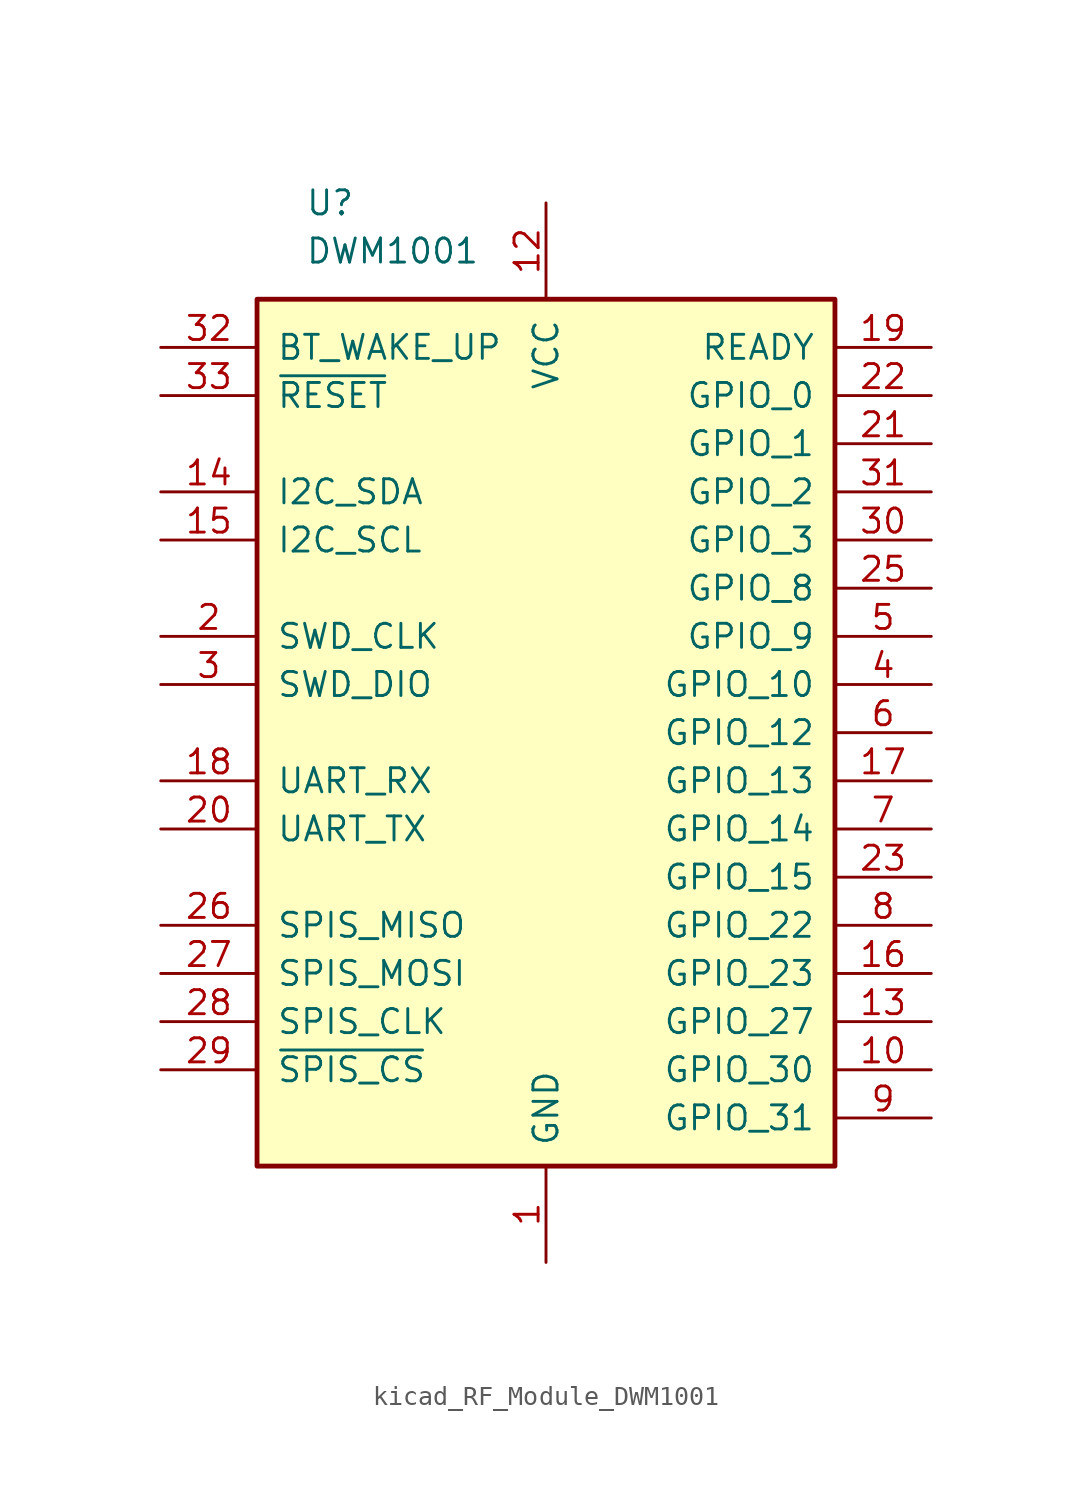
<source format=kicad_sym>
(kicad_symbol_lib
  (version 20220914)
  (generator kicad_symbol_editor)
  (symbol "kicad_RF_Module_DWM1001"
    (pin_names
      (offset 1.016))
    (property "Reference" "U"
      (at -12.7 27.94 0)
      (effects (font (size 1.27 1.27)) (justify left)))
    (property "Value" "DWM1001"
      (at -12.7 25.4 0)
      (effects (font (size 1.27 1.27)) (justify left)))
    (symbol "kicad_RF_Module_DWM1001_0_1"
      (rectangle (start 15.24 22.86) (end -15.24 -22.86) (stroke (width 0.254) (type default)) (fill (type background))))
    (symbol "kicad_RF_Module_DWM1001_1_1"
      (pin power_in line (at 0 -27.94 90) (length 5.08) (name "GND" (effects (font (size 1.27 1.27)))) (number "1" (effects (font (size 1.27 1.27)))))
      (pin bidirectional line (at 20.32 -17.78 180) (length 5.08) (name "GPIO_30" (effects (font (size 1.27 1.27)))) (number "10" (effects (font (size 1.27 1.27)))))
      (pin passive line (at 0 -27.94 90) (length 5.08) hide (name "GND" (effects (font (size 1.27 1.27)))) (number "11" (effects (font (size 1.27 1.27)))))
      (pin power_in line (at 0 27.94 270) (length 5.08) (name "VCC" (effects (font (size 1.27 1.27)))) (number "12" (effects (font (size 1.27 1.27)))))
      (pin bidirectional line (at 20.32 -15.24 180) (length 5.08) (name "GPIO_27" (effects (font (size 1.27 1.27)))) (number "13" (effects (font (size 1.27 1.27)))))
      (pin bidirectional line (at -20.32 12.7 0) (length 5.08) (name "I2C_SDA" (effects (font (size 1.27 1.27)))) (number "14" (effects (font (size 1.27 1.27)))))
      (pin output line (at -20.32 10.16 0) (length 5.08) (name "I2C_SCL" (effects (font (size 1.27 1.27)))) (number "15" (effects (font (size 1.27 1.27)))))
      (pin bidirectional line (at 20.32 -12.7 180) (length 5.08) (name "GPIO_23" (effects (font (size 1.27 1.27)))) (number "16" (effects (font (size 1.27 1.27)))))
      (pin bidirectional line (at 20.32 -2.54 180) (length 5.08) (name "GPIO_13" (effects (font (size 1.27 1.27)))) (number "17" (effects (font (size 1.27 1.27)))))
      (pin input line (at -20.32 -2.54 0) (length 5.08) (name "UART_RX" (effects (font (size 1.27 1.27)))) (number "18" (effects (font (size 1.27 1.27)))))
      (pin output line (at 20.32 20.32 180) (length 5.08) (name "READY" (effects (font (size 1.27 1.27)))) (number "19" (effects (font (size 1.27 1.27)))))
      (pin input line (at -20.32 5.08 0) (length 5.08) (name "SWD_CLK" (effects (font (size 1.27 1.27)))) (number "2" (effects (font (size 1.27 1.27)))))
      (pin output line (at -20.32 -5.08 0) (length 5.08) (name "UART_TX" (effects (font (size 1.27 1.27)))) (number "20" (effects (font (size 1.27 1.27)))))
      (pin bidirectional line (at 20.32 15.24 180) (length 5.08) (name "GPIO_1" (effects (font (size 1.27 1.27)))) (number "21" (effects (font (size 1.27 1.27)))))
      (pin bidirectional line (at 20.32 17.78 180) (length 5.08) (name "GPIO_0" (effects (font (size 1.27 1.27)))) (number "22" (effects (font (size 1.27 1.27)))))
      (pin bidirectional line (at 20.32 -7.62 180) (length 5.08) (name "GPIO_15" (effects (font (size 1.27 1.27)))) (number "23" (effects (font (size 1.27 1.27)))))
      (pin passive line (at 0 -27.94 90) (length 5.08) hide (name "GND" (effects (font (size 1.27 1.27)))) (number "24" (effects (font (size 1.27 1.27)))))
      (pin bidirectional line (at 20.32 7.62 180) (length 5.08) (name "GPIO_8" (effects (font (size 1.27 1.27)))) (number "25" (effects (font (size 1.27 1.27)))))
      (pin output line (at -20.32 -10.16 0) (length 5.08) (name "SPIS_MISO" (effects (font (size 1.27 1.27)))) (number "26" (effects (font (size 1.27 1.27)))))
      (pin tri_state line (at -20.32 -12.7 0) (length 5.08) (name "SPIS_MOSI" (effects (font (size 1.27 1.27)))) (number "27" (effects (font (size 1.27 1.27)))))
      (pin input line (at -20.32 -15.24 0) (length 5.08) (name "SPIS_CLK" (effects (font (size 1.27 1.27)))) (number "28" (effects (font (size 1.27 1.27)))))
      (pin input line (at -20.32 -17.78 0) (length 5.08) (name "~{SPIS_CS}" (effects (font (size 1.27 1.27)))) (number "29" (effects (font (size 1.27 1.27)))))
      (pin bidirectional line (at -20.32 2.54 0) (length 5.08) (name "SWD_DIO" (effects (font (size 1.27 1.27)))) (number "3" (effects (font (size 1.27 1.27)))))
      (pin bidirectional line (at 20.32 10.16 180) (length 5.08) (name "GPIO_3" (effects (font (size 1.27 1.27)))) (number "30" (effects (font (size 1.27 1.27)))))
      (pin bidirectional line (at 20.32 12.7 180) (length 5.08) (name "GPIO_2" (effects (font (size 1.27 1.27)))) (number "31" (effects (font (size 1.27 1.27)))))
      (pin input line (at -20.32 20.32 0) (length 5.08) (name "BT_WAKE_UP" (effects (font (size 1.27 1.27)))) (number "32" (effects (font (size 1.27 1.27)))))
      (pin input line (at -20.32 17.78 0) (length 5.08) (name "~{RESET}" (effects (font (size 1.27 1.27)))) (number "33" (effects (font (size 1.27 1.27)))))
      (pin passive line (at 0 -27.94 90) (length 5.08) hide (name "GND" (effects (font (size 1.27 1.27)))) (number "34" (effects (font (size 1.27 1.27)))))
      (pin bidirectional line (at 20.32 2.54 180) (length 5.08) (name "GPIO_10" (effects (font (size 1.27 1.27)))) (number "4" (effects (font (size 1.27 1.27)))))
      (pin bidirectional line (at 20.32 5.08 180) (length 5.08) (name "GPIO_9" (effects (font (size 1.27 1.27)))) (number "5" (effects (font (size 1.27 1.27)))))
      (pin bidirectional line (at 20.32 0 180) (length 5.08) (name "GPIO_12" (effects (font (size 1.27 1.27)))) (number "6" (effects (font (size 1.27 1.27)))))
      (pin bidirectional line (at 20.32 -5.08 180) (length 5.08) (name "GPIO_14" (effects (font (size 1.27 1.27)))) (number "7" (effects (font (size 1.27 1.27)))))
      (pin bidirectional line (at 20.32 -10.16 180) (length 5.08) (name "GPIO_22" (effects (font (size 1.27 1.27)))) (number "8" (effects (font (size 1.27 1.27)))))
      (pin bidirectional line (at 20.32 -20.32 180) (length 5.08) (name "GPIO_31" (effects (font (size 1.27 1.27)))) (number "9" (effects (font (size 1.27 1.27))))))))
</source>
